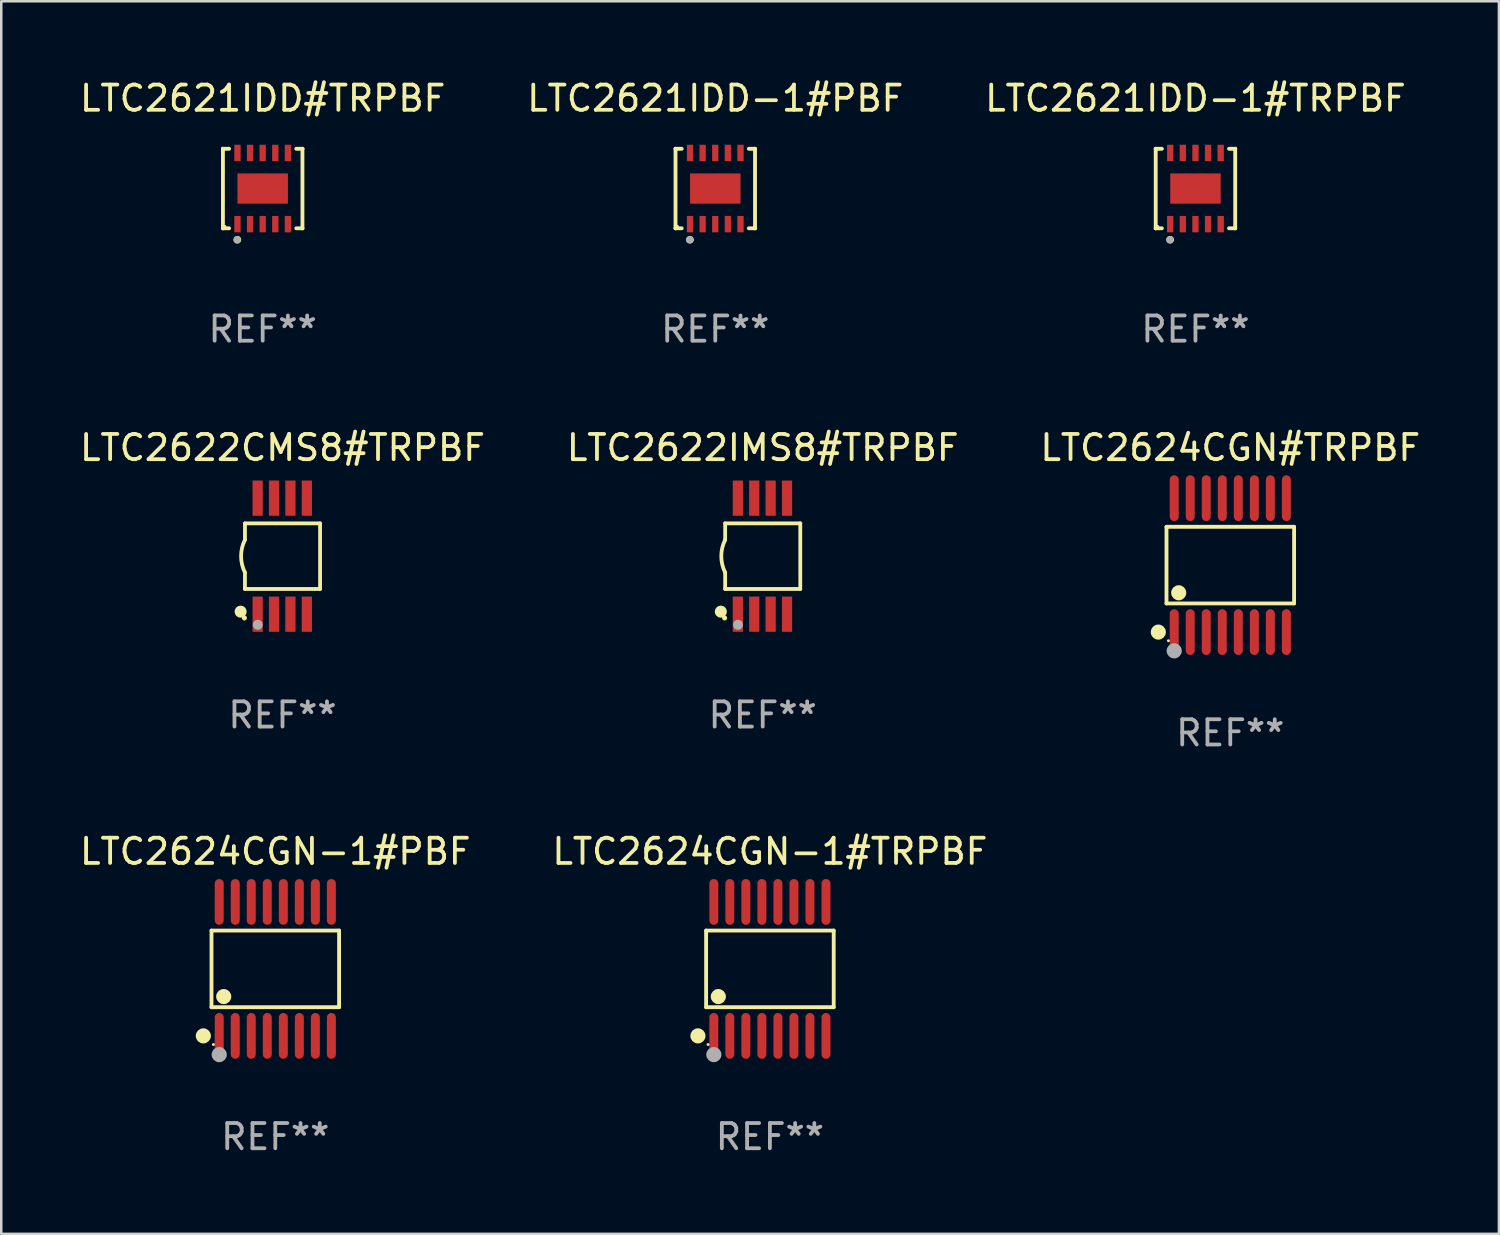
<source format=kicad_pcb>
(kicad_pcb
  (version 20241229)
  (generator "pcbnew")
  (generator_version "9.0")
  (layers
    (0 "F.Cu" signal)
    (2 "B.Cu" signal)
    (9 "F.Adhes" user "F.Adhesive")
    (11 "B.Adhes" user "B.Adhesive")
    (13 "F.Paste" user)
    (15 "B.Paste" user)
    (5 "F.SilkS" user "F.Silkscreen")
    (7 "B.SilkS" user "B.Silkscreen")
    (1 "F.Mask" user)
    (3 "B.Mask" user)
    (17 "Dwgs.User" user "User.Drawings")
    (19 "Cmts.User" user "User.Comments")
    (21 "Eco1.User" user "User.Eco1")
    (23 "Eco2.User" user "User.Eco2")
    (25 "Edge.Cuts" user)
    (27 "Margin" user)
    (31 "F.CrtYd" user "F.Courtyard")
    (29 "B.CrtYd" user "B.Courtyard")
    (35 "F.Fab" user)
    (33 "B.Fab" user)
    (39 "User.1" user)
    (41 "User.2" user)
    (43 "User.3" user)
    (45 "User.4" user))
  (footprint "LTC2624CGN#TRPBF"
    (layer "F.Cu")
    (at 45.72 19.352)
    (property "Reference" "LTC2624CGN#TRPBF" (at 0 -4.655 0) (layer "F.SilkS") (effects (font (size 1 1) (thickness 0.15))))
    (attr through_hole)
    (fp_line (start -2.529 -1.519) (end 2.529 -1.519) (stroke (width 0.152) (type solid)) (layer "F.SilkS"))
    (fp_line (start -2.529 1.519) (end -2.529 -1.519) (stroke (width 0.152) (type solid)) (layer "F.SilkS"))
    (fp_line (start 2.529 -1.519) (end 2.529 1.519) (stroke (width 0.152) (type solid)) (layer "F.SilkS"))
    (fp_line (start 2.529 1.519) (end -2.529 1.519) (stroke (width 0.152) (type solid)) (layer "F.SilkS"))
    (fp_circle (center -2.853 2.655) (end -2.703 2.655) (stroke (width 0.3) (type solid)) (fill no) (layer "F.SilkS"))
    (fp_circle (center -2.453 2.998) (end -2.423 2.998) (stroke (width 0.06) (type solid)) (fill no) (layer "F.SilkS"))
    (fp_circle (center -2.045 1.097) (end -1.895 1.097) (stroke (width 0.3) (type solid)) (fill no) (layer "F.SilkS"))
    (fp_circle (center -2.223 3.398) (end -2.072 3.398) (stroke (width 0.3) (type solid)) (fill no) (layer "F.Fab"))
    (fp_text user "REF**" (at 0 6.655 0) (layer "F.Fab") (effects (font (size 1 1) (thickness 0.15))))
    (pad "1" smd oval (at -2.223 2.655) (size 0.356 1.815) (layers "F.Cu" "F.Mask" "F.Paste"))
    (pad "2" smd oval (at -1.588 2.655) (size 0.356 1.815) (layers "F.Cu" "F.Mask" "F.Paste"))
    (pad "3" smd oval (at -0.953 2.655) (size 0.356 1.815) (layers "F.Cu" "F.Mask" "F.Paste"))
    (pad "4" smd oval (at -0.318 2.655) (size 0.356 1.815) (layers "F.Cu" "F.Mask" "F.Paste"))
    (pad "5" smd oval (at 0.318 2.655) (size 0.356 1.815) (layers "F.Cu" "F.Mask" "F.Paste"))
    (pad "6" smd oval (at 0.953 2.655) (size 0.356 1.815) (layers "F.Cu" "F.Mask" "F.Paste"))
    (pad "7" smd oval (at 1.588 2.655) (size 0.356 1.815) (layers "F.Cu" "F.Mask" "F.Paste"))
    (pad "8" smd oval (at 2.223 2.655) (size 0.356 1.815) (layers "F.Cu" "F.Mask" "F.Paste"))
    (pad "9" smd oval (at 2.223 -2.655) (size 0.356 1.815) (layers "F.Cu" "F.Mask" "F.Paste"))
    (pad "10" smd oval (at 1.588 -2.655) (size 0.356 1.815) (layers "F.Cu" "F.Mask" "F.Paste"))
    (pad "11" smd oval (at 0.953 -2.655) (size 0.356 1.815) (layers "F.Cu" "F.Mask" "F.Paste"))
    (pad "12" smd oval (at 0.318 -2.655) (size 0.356 1.815) (layers "F.Cu" "F.Mask" "F.Paste"))
    (pad "13" smd oval (at -0.318 -2.655) (size 0.356 1.815) (layers "F.Cu" "F.Mask" "F.Paste"))
    (pad "14" smd oval (at -0.953 -2.655) (size 0.356 1.815) (layers "F.Cu" "F.Mask" "F.Paste"))
    (pad "15" smd oval (at -1.588 -2.655) (size 0.356 1.815) (layers "F.Cu" "F.Mask" "F.Paste"))
    (pad "16" smd oval (at -2.223 -2.655) (size 0.356 1.815) (layers "F.Cu" "F.Mask" "F.Paste")))
  (footprint "LTC2621IDD-1#PBF"
    (layer "F.Cu")
    (at 25.304 4.424)
    (property "Reference" "LTC2621IDD-1#PBF" (at 0 -3.576 0) (layer "F.SilkS") (effects (font (size 1 1) (thickness 0.15))))
    (attr through_hole)
    (fp_line (start -1.576 -1.576) (end -1.576 -1.576) (stroke (width 0.152) (type solid)) (layer "F.SilkS"))
    (fp_line (start -1.576 -1.576) (end -1.331 -1.576) (stroke (width 0.152) (type solid)) (layer "F.SilkS"))
    (fp_line (start -1.576 1.576) (end -1.576 -1.576) (stroke (width 0.152) (type solid)) (layer "F.SilkS"))
    (fp_line (start -1.576 1.576) (end -1.576 1.576) (stroke (width 0.152) (type solid)) (layer "F.SilkS"))
    (fp_line (start -1.331 1.576) (end -1.576 1.576) (stroke (width 0.152) (type solid)) (layer "F.SilkS"))
    (fp_line (start 1.331 1.576) (end 1.576 1.576) (stroke (width 0.152) (type solid)) (layer "F.SilkS"))
    (fp_line (start 1.576 -1.576) (end 1.331 -1.576) (stroke (width 0.152) (type solid)) (layer "F.SilkS"))
    (fp_line (start 1.576 -1.576) (end 1.576 -1.576) (stroke (width 0.152) (type solid)) (layer "F.SilkS"))
    (fp_line (start 1.576 1.576) (end 1.576 -1.576) (stroke (width 0.152) (type solid)) (layer "F.SilkS"))
    (fp_line (start 1.576 1.576) (end 1.576 1.576) (stroke (width 0.152) (type solid)) (layer "F.SilkS"))
    (fp_circle (center -1.5 1.5) (end -1.47 1.5) (stroke (width 0.06) (type solid)) (fill no) (layer "F.SilkS"))
    (fp_circle (center -1 2.028) (end -0.925 2.028) (stroke (width 0.15) (type solid)) (fill no) (layer "F.SilkS"))
    (fp_circle (center -1.016 2.032) (end -0.941 2.032) (stroke (width 0.15) (type solid)) (fill no) (layer "F.Fab"))
    (fp_text user "REF**" (at 0 5.576 0) (layer "F.Fab") (effects (font (size 1 1) (thickness 0.15))))
    (pad "1" smd rect (at -1 1.411) (size 0.25 0.65) (layers "F.Cu" "F.Mask" "F.Paste"))
    (pad "2" smd rect (at -0.5 1.411) (size 0.25 0.65) (layers "F.Cu" "F.Mask" "F.Paste"))
    (pad "3" smd rect (at 0 1.411) (size 0.25 0.65) (layers "F.Cu" "F.Mask" "F.Paste"))
    (pad "4" smd rect (at 0.5 1.411) (size 0.25 0.65) (layers "F.Cu" "F.Mask" "F.Paste"))
    (pad "5" smd rect (at 1 1.411) (size 0.25 0.65) (layers "F.Cu" "F.Mask" "F.Paste"))
    (pad "6" smd rect (at 1 -1.411) (size 0.25 0.65) (layers "F.Cu" "F.Mask" "F.Paste"))
    (pad "7" smd rect (at 0.5 -1.411) (size 0.25 0.65) (layers "F.Cu" "F.Mask" "F.Paste"))
    (pad "8" smd rect (at 0 -1.411) (size 0.25 0.65) (layers "F.Cu" "F.Mask" "F.Paste"))
    (pad "9" smd rect (at -0.5 -1.411) (size 0.25 0.65) (layers "F.Cu" "F.Mask" "F.Paste"))
    (pad "10" smd rect (at -1 -1.411) (size 0.25 0.65) (layers "F.Cu" "F.Mask" "F.Paste"))
    (pad "11" smd rect (at 0 0) (size 2 1.2) (layers "F.Cu" "F.Mask" "F.Paste")))
  (footprint "LTC2621IDD-1#TRPBF"
    (layer "F.Cu")
    (at 44.339 4.424)
    (property "Reference" "LTC2621IDD-1#TRPBF" (at 0 -3.576 0) (layer "F.SilkS") (effects (font (size 1 1) (thickness 0.15))))
    (attr through_hole)
    (fp_line (start -1.576 -1.576) (end -1.576 -1.576) (stroke (width 0.152) (type solid)) (layer "F.SilkS"))
    (fp_line (start -1.576 -1.576) (end -1.331 -1.576) (stroke (width 0.152) (type solid)) (layer "F.SilkS"))
    (fp_line (start -1.576 1.576) (end -1.576 -1.576) (stroke (width 0.152) (type solid)) (layer "F.SilkS"))
    (fp_line (start -1.576 1.576) (end -1.576 1.576) (stroke (width 0.152) (type solid)) (layer "F.SilkS"))
    (fp_line (start -1.331 1.576) (end -1.576 1.576) (stroke (width 0.152) (type solid)) (layer "F.SilkS"))
    (fp_line (start 1.331 1.576) (end 1.576 1.576) (stroke (width 0.152) (type solid)) (layer "F.SilkS"))
    (fp_line (start 1.576 -1.576) (end 1.331 -1.576) (stroke (width 0.152) (type solid)) (layer "F.SilkS"))
    (fp_line (start 1.576 -1.576) (end 1.576 -1.576) (stroke (width 0.152) (type solid)) (layer "F.SilkS"))
    (fp_line (start 1.576 1.576) (end 1.576 -1.576) (stroke (width 0.152) (type solid)) (layer "F.SilkS"))
    (fp_line (start 1.576 1.576) (end 1.576 1.576) (stroke (width 0.152) (type solid)) (layer "F.SilkS"))
    (fp_circle (center -1.5 1.5) (end -1.47 1.5) (stroke (width 0.06) (type solid)) (fill no) (layer "F.SilkS"))
    (fp_circle (center -1 2.028) (end -0.925 2.028) (stroke (width 0.15) (type solid)) (fill no) (layer "F.SilkS"))
    (fp_circle (center -1.016 2.032) (end -0.941 2.032) (stroke (width 0.15) (type solid)) (fill no) (layer "F.Fab"))
    (fp_text user "REF**" (at 0 5.576 0) (layer "F.Fab") (effects (font (size 1 1) (thickness 0.15))))
    (pad "1" smd rect (at -1 1.411) (size 0.25 0.65) (layers "F.Cu" "F.Mask" "F.Paste"))
    (pad "2" smd rect (at -0.5 1.411) (size 0.25 0.65) (layers "F.Cu" "F.Mask" "F.Paste"))
    (pad "3" smd rect (at 0 1.411) (size 0.25 0.65) (layers "F.Cu" "F.Mask" "F.Paste"))
    (pad "4" smd rect (at 0.5 1.411) (size 0.25 0.65) (layers "F.Cu" "F.Mask" "F.Paste"))
    (pad "5" smd rect (at 1 1.411) (size 0.25 0.65) (layers "F.Cu" "F.Mask" "F.Paste"))
    (pad "6" smd rect (at 1 -1.411) (size 0.25 0.65) (layers "F.Cu" "F.Mask" "F.Paste"))
    (pad "7" smd rect (at 0.5 -1.411) (size 0.25 0.65) (layers "F.Cu" "F.Mask" "F.Paste"))
    (pad "8" smd rect (at 0 -1.411) (size 0.25 0.65) (layers "F.Cu" "F.Mask" "F.Paste"))
    (pad "9" smd rect (at -0.5 -1.411) (size 0.25 0.65) (layers "F.Cu" "F.Mask" "F.Paste"))
    (pad "10" smd rect (at -1 -1.411) (size 0.25 0.65) (layers "F.Cu" "F.Mask" "F.Paste"))
    (pad "11" smd rect (at 0 0) (size 2 1.2) (layers "F.Cu" "F.Mask" "F.Paste")))
  (footprint "LTC2624CGN-1#TRPBF"
    (layer "F.Cu")
    (at 27.47 35.358)
    (property "Reference" "LTC2624CGN-1#TRPBF" (at 0 -4.655 0) (layer "F.SilkS") (effects (font (size 1 1) (thickness 0.15))))
    (attr through_hole)
    (fp_line (start -2.529 -1.519) (end 2.529 -1.519) (stroke (width 0.152) (type solid)) (layer "F.SilkS"))
    (fp_line (start -2.529 1.519) (end -2.529 -1.519) (stroke (width 0.152) (type solid)) (layer "F.SilkS"))
    (fp_line (start 2.529 -1.519) (end 2.529 1.519) (stroke (width 0.152) (type solid)) (layer "F.SilkS"))
    (fp_line (start 2.529 1.519) (end -2.529 1.519) (stroke (width 0.152) (type solid)) (layer "F.SilkS"))
    (fp_circle (center -2.853 2.655) (end -2.703 2.655) (stroke (width 0.3) (type solid)) (fill no) (layer "F.SilkS"))
    (fp_circle (center -2.453 2.998) (end -2.423 2.998) (stroke (width 0.06) (type solid)) (fill no) (layer "F.SilkS"))
    (fp_circle (center -2.045 1.097) (end -1.895 1.097) (stroke (width 0.3) (type solid)) (fill no) (layer "F.SilkS"))
    (fp_circle (center -2.223 3.398) (end -2.072 3.398) (stroke (width 0.3) (type solid)) (fill no) (layer "F.Fab"))
    (fp_text user "REF**" (at 0 6.655 0) (layer "F.Fab") (effects (font (size 1 1) (thickness 0.15))))
    (pad "1" smd oval (at -2.223 2.655) (size 0.356 1.815) (layers "F.Cu" "F.Mask" "F.Paste"))
    (pad "2" smd oval (at -1.588 2.655) (size 0.356 1.815) (layers "F.Cu" "F.Mask" "F.Paste"))
    (pad "3" smd oval (at -0.953 2.655) (size 0.356 1.815) (layers "F.Cu" "F.Mask" "F.Paste"))
    (pad "4" smd oval (at -0.318 2.655) (size 0.356 1.815) (layers "F.Cu" "F.Mask" "F.Paste"))
    (pad "5" smd oval (at 0.318 2.655) (size 0.356 1.815) (layers "F.Cu" "F.Mask" "F.Paste"))
    (pad "6" smd oval (at 0.953 2.655) (size 0.356 1.815) (layers "F.Cu" "F.Mask" "F.Paste"))
    (pad "7" smd oval (at 1.588 2.655) (size 0.356 1.815) (layers "F.Cu" "F.Mask" "F.Paste"))
    (pad "8" smd oval (at 2.223 2.655) (size 0.356 1.815) (layers "F.Cu" "F.Mask" "F.Paste"))
    (pad "9" smd oval (at 2.223 -2.655) (size 0.356 1.815) (layers "F.Cu" "F.Mask" "F.Paste"))
    (pad "10" smd oval (at 1.588 -2.655) (size 0.356 1.815) (layers "F.Cu" "F.Mask" "F.Paste"))
    (pad "11" smd oval (at 0.953 -2.655) (size 0.356 1.815) (layers "F.Cu" "F.Mask" "F.Paste"))
    (pad "12" smd oval (at 0.318 -2.655) (size 0.356 1.815) (layers "F.Cu" "F.Mask" "F.Paste"))
    (pad "13" smd oval (at -0.318 -2.655) (size 0.356 1.815) (layers "F.Cu" "F.Mask" "F.Paste"))
    (pad "14" smd oval (at -0.953 -2.655) (size 0.356 1.815) (layers "F.Cu" "F.Mask" "F.Paste"))
    (pad "15" smd oval (at -1.588 -2.655) (size 0.356 1.815) (layers "F.Cu" "F.Mask" "F.Paste"))
    (pad "16" smd oval (at -2.223 -2.655) (size 0.356 1.815) (layers "F.Cu" "F.Mask" "F.Paste")))
  (footprint "LTC2622CMS8#TRPBF"
    (layer "F.Cu")
    (at 8.149 18.997)
    (property "Reference" "LTC2622CMS8#TRPBF" (at 0 -4.3 0) (layer "F.SilkS") (effects (font (size 1 1) (thickness 0.15))))
    (attr through_hole)
    (fp_line (start -1.489 -1.3) (end -1.489 -0.648) (stroke (width 0.15) (type solid)) (layer "F.SilkS"))
    (fp_line (start -1.489 0.648) (end -1.489 1.3) (stroke (width 0.15) (type solid)) (layer "F.SilkS"))
    (fp_line (start -1.489 1.3) (end 1.489 1.3) (stroke (width 0.15) (type solid)) (layer "F.SilkS"))
    (fp_line (start 1.489 -1.3) (end -1.489 -1.3) (stroke (width 0.15) (type solid)) (layer "F.SilkS"))
    (fp_line (start 1.489 1.3) (end 1.489 -1.3) (stroke (width 0.15) (type solid)) (layer "F.SilkS"))
    (fp_arc (start -1.489205 0.647702) (mid -1.642107 0) (end -1.489205 -0.647701) (stroke (width 0.150013) (type solid)) (layer "F.SilkS"))
    (fp_circle (center -1.661 2.2) (end -1.541 2.2) (stroke (width 0.24) (type solid)) (fill no) (layer "F.SilkS"))
    (fp_circle (center -1.511 2.45) (end -1.461 2.45) (stroke (width 0.1) (type solid)) (fill no) (layer "F.SilkS"))
    (fp_circle (center -0.981 2.72) (end -0.881 2.72) (stroke (width 0.2) (type solid)) (fill no) (layer "F.Fab"))
    (fp_text user "REF**" (at 0 6.3 0) (layer "F.Fab") (effects (font (size 1 1) (thickness 0.15))))
    (pad "1" smd rect (at -0.986 2.3) (size 0.406 1.397) (layers "F.Cu" "F.Mask" "F.Paste"))
    (pad "2" smd rect (at -0.336 2.3) (size 0.406 1.397) (layers "F.Cu" "F.Mask" "F.Paste"))
    (pad "3" smd rect (at 0.314 2.3) (size 0.406 1.397) (layers "F.Cu" "F.Mask" "F.Paste"))
    (pad "4" smd rect (at 0.964 2.3) (size 0.406 1.397) (layers "F.Cu" "F.Mask" "F.Paste"))
    (pad "5" smd rect (at 0.964 -2.3) (size 0.406 1.397) (layers "F.Cu" "F.Mask" "F.Paste"))
    (pad "6" smd rect (at 0.314 -2.3) (size 0.406 1.397) (layers "F.Cu" "F.Mask" "F.Paste"))
    (pad "7" smd rect (at -0.336 -2.3) (size 0.406 1.397) (layers "F.Cu" "F.Mask" "F.Paste"))
    (pad "8" smd rect (at -0.986 -2.3) (size 0.406 1.397) (layers "F.Cu" "F.Mask" "F.Paste")))
  (footprint "LTC2622IMS8#TRPBF"
    (layer "F.Cu")
    (at 27.185 18.997)
    (property "Reference" "LTC2622IMS8#TRPBF" (at 0 -4.3 0) (layer "F.SilkS") (effects (font (size 1 1) (thickness 0.15))))
    (attr through_hole)
    (fp_line (start -1.489 -1.3) (end -1.489 -0.648) (stroke (width 0.15) (type solid)) (layer "F.SilkS"))
    (fp_line (start -1.489 0.648) (end -1.489 1.3) (stroke (width 0.15) (type solid)) (layer "F.SilkS"))
    (fp_line (start -1.489 1.3) (end 1.489 1.3) (stroke (width 0.15) (type solid)) (layer "F.SilkS"))
    (fp_line (start 1.489 -1.3) (end -1.489 -1.3) (stroke (width 0.15) (type solid)) (layer "F.SilkS"))
    (fp_line (start 1.489 1.3) (end 1.489 -1.3) (stroke (width 0.15) (type solid)) (layer "F.SilkS"))
    (fp_arc (start -1.489205 0.647702) (mid -1.642107 0) (end -1.489205 -0.647701) (stroke (width 0.150013) (type solid)) (layer "F.SilkS"))
    (fp_circle (center -1.661 2.2) (end -1.541 2.2) (stroke (width 0.24) (type solid)) (fill no) (layer "F.SilkS"))
    (fp_circle (center -1.511 2.45) (end -1.461 2.45) (stroke (width 0.1) (type solid)) (fill no) (layer "F.SilkS"))
    (fp_circle (center -0.981 2.72) (end -0.881 2.72) (stroke (width 0.2) (type solid)) (fill no) (layer "F.Fab"))
    (fp_text user "REF**" (at 0 6.3 0) (layer "F.Fab") (effects (font (size 1 1) (thickness 0.15))))
    (pad "1" smd rect (at -0.986 2.3) (size 0.406 1.397) (layers "F.Cu" "F.Mask" "F.Paste"))
    (pad "2" smd rect (at -0.336 2.3) (size 0.406 1.397) (layers "F.Cu" "F.Mask" "F.Paste"))
    (pad "3" smd rect (at 0.314 2.3) (size 0.406 1.397) (layers "F.Cu" "F.Mask" "F.Paste"))
    (pad "4" smd rect (at 0.964 2.3) (size 0.406 1.397) (layers "F.Cu" "F.Mask" "F.Paste"))
    (pad "5" smd rect (at 0.964 -2.3) (size 0.406 1.397) (layers "F.Cu" "F.Mask" "F.Paste"))
    (pad "6" smd rect (at 0.314 -2.3) (size 0.406 1.397) (layers "F.Cu" "F.Mask" "F.Paste"))
    (pad "7" smd rect (at -0.336 -2.3) (size 0.406 1.397) (layers "F.Cu" "F.Mask" "F.Paste"))
    (pad "8" smd rect (at -0.986 -2.3) (size 0.406 1.397) (layers "F.Cu" "F.Mask" "F.Paste")))
  (footprint "LTC2624CGN-1#PBF"
    (layer "F.Cu")
    (at 7.863 35.358)
    (property "Reference" "LTC2624CGN-1#PBF" (at 0 -4.655 0) (layer "F.SilkS") (effects (font (size 1 1) (thickness 0.15))))
    (attr through_hole)
    (fp_line (start -2.529 -1.519) (end 2.529 -1.519) (stroke (width 0.152) (type solid)) (layer "F.SilkS"))
    (fp_line (start -2.529 1.519) (end -2.529 -1.519) (stroke (width 0.152) (type solid)) (layer "F.SilkS"))
    (fp_line (start 2.529 -1.519) (end 2.529 1.519) (stroke (width 0.152) (type solid)) (layer "F.SilkS"))
    (fp_line (start 2.529 1.519) (end -2.529 1.519) (stroke (width 0.152) (type solid)) (layer "F.SilkS"))
    (fp_circle (center -2.853 2.655) (end -2.703 2.655) (stroke (width 0.3) (type solid)) (fill no) (layer "F.SilkS"))
    (fp_circle (center -2.453 2.998) (end -2.423 2.998) (stroke (width 0.06) (type solid)) (fill no) (layer "F.SilkS"))
    (fp_circle (center -2.045 1.097) (end -1.895 1.097) (stroke (width 0.3) (type solid)) (fill no) (layer "F.SilkS"))
    (fp_circle (center -2.223 3.398) (end -2.072 3.398) (stroke (width 0.3) (type solid)) (fill no) (layer "F.Fab"))
    (fp_text user "REF**" (at 0 6.655 0) (layer "F.Fab") (effects (font (size 1 1) (thickness 0.15))))
    (pad "1" smd oval (at -2.223 2.655) (size 0.356 1.815) (layers "F.Cu" "F.Mask" "F.Paste"))
    (pad "2" smd oval (at -1.588 2.655) (size 0.356 1.815) (layers "F.Cu" "F.Mask" "F.Paste"))
    (pad "3" smd oval (at -0.953 2.655) (size 0.356 1.815) (layers "F.Cu" "F.Mask" "F.Paste"))
    (pad "4" smd oval (at -0.318 2.655) (size 0.356 1.815) (layers "F.Cu" "F.Mask" "F.Paste"))
    (pad "5" smd oval (at 0.318 2.655) (size 0.356 1.815) (layers "F.Cu" "F.Mask" "F.Paste"))
    (pad "6" smd oval (at 0.953 2.655) (size 0.356 1.815) (layers "F.Cu" "F.Mask" "F.Paste"))
    (pad "7" smd oval (at 1.588 2.655) (size 0.356 1.815) (layers "F.Cu" "F.Mask" "F.Paste"))
    (pad "8" smd oval (at 2.223 2.655) (size 0.356 1.815) (layers "F.Cu" "F.Mask" "F.Paste"))
    (pad "9" smd oval (at 2.223 -2.655) (size 0.356 1.815) (layers "F.Cu" "F.Mask" "F.Paste"))
    (pad "10" smd oval (at 1.588 -2.655) (size 0.356 1.815) (layers "F.Cu" "F.Mask" "F.Paste"))
    (pad "11" smd oval (at 0.953 -2.655) (size 0.356 1.815) (layers "F.Cu" "F.Mask" "F.Paste"))
    (pad "12" smd oval (at 0.318 -2.655) (size 0.356 1.815) (layers "F.Cu" "F.Mask" "F.Paste"))
    (pad "13" smd oval (at -0.318 -2.655) (size 0.356 1.815) (layers "F.Cu" "F.Mask" "F.Paste"))
    (pad "14" smd oval (at -0.953 -2.655) (size 0.356 1.815) (layers "F.Cu" "F.Mask" "F.Paste"))
    (pad "15" smd oval (at -1.588 -2.655) (size 0.356 1.815) (layers "F.Cu" "F.Mask" "F.Paste"))
    (pad "16" smd oval (at -2.223 -2.655) (size 0.356 1.815) (layers "F.Cu" "F.Mask" "F.Paste")))
  (footprint "LTC2621IDD#TRPBF"
    (layer "F.Cu")
    (at 7.363 4.424)
    (property "Reference" "LTC2621IDD#TRPBF" (at 0 -3.576 0) (layer "F.SilkS") (effects (font (size 1 1) (thickness 0.15))))
    (attr through_hole)
    (fp_line (start -1.576 -1.576) (end -1.576 -1.576) (stroke (width 0.152) (type solid)) (layer "F.SilkS"))
    (fp_line (start -1.576 -1.576) (end -1.331 -1.576) (stroke (width 0.152) (type solid)) (layer "F.SilkS"))
    (fp_line (start -1.576 1.576) (end -1.576 -1.576) (stroke (width 0.152) (type solid)) (layer "F.SilkS"))
    (fp_line (start -1.576 1.576) (end -1.576 1.576) (stroke (width 0.152) (type solid)) (layer "F.SilkS"))
    (fp_line (start -1.331 1.576) (end -1.576 1.576) (stroke (width 0.152) (type solid)) (layer "F.SilkS"))
    (fp_line (start 1.331 1.576) (end 1.576 1.576) (stroke (width 0.152) (type solid)) (layer "F.SilkS"))
    (fp_line (start 1.576 -1.576) (end 1.331 -1.576) (stroke (width 0.152) (type solid)) (layer "F.SilkS"))
    (fp_line (start 1.576 -1.576) (end 1.576 -1.576) (stroke (width 0.152) (type solid)) (layer "F.SilkS"))
    (fp_line (start 1.576 1.576) (end 1.576 -1.576) (stroke (width 0.152) (type solid)) (layer "F.SilkS"))
    (fp_line (start 1.576 1.576) (end 1.576 1.576) (stroke (width 0.152) (type solid)) (layer "F.SilkS"))
    (fp_circle (center -1.5 1.5) (end -1.47 1.5) (stroke (width 0.06) (type solid)) (fill no) (layer "F.SilkS"))
    (fp_circle (center -1 2.028) (end -0.925 2.028) (stroke (width 0.15) (type solid)) (fill no) (layer "F.SilkS"))
    (fp_circle (center -1.016 2.032) (end -0.941 2.032) (stroke (width 0.15) (type solid)) (fill no) (layer "F.Fab"))
    (fp_text user "REF**" (at 0 5.576 0) (layer "F.Fab") (effects (font (size 1 1) (thickness 0.15))))
    (pad "1" smd rect (at -1 1.411) (size 0.25 0.65) (layers "F.Cu" "F.Mask" "F.Paste"))
    (pad "2" smd rect (at -0.5 1.411) (size 0.25 0.65) (layers "F.Cu" "F.Mask" "F.Paste"))
    (pad "3" smd rect (at 0 1.411) (size 0.25 0.65) (layers "F.Cu" "F.Mask" "F.Paste"))
    (pad "4" smd rect (at 0.5 1.411) (size 0.25 0.65) (layers "F.Cu" "F.Mask" "F.Paste"))
    (pad "5" smd rect (at 1 1.411) (size 0.25 0.65) (layers "F.Cu" "F.Mask" "F.Paste"))
    (pad "6" smd rect (at 1 -1.411) (size 0.25 0.65) (layers "F.Cu" "F.Mask" "F.Paste"))
    (pad "7" smd rect (at 0.5 -1.411) (size 0.25 0.65) (layers "F.Cu" "F.Mask" "F.Paste"))
    (pad "8" smd rect (at 0 -1.411) (size 0.25 0.65) (layers "F.Cu" "F.Mask" "F.Paste"))
    (pad "9" smd rect (at -0.5 -1.411) (size 0.25 0.65) (layers "F.Cu" "F.Mask" "F.Paste"))
    (pad "10" smd rect (at -1 -1.411) (size 0.25 0.65) (layers "F.Cu" "F.Mask" "F.Paste"))
    (pad "11" smd rect (at 0 0) (size 2 1.2) (layers "F.Cu" "F.Mask" "F.Paste")))
  (gr_rect
    (start -3 -3)
    (end 56.369 45.861)
    (stroke (width 0.1) (type default))
    (fill no)
    (layer "Edge.Cuts")))
</source>
